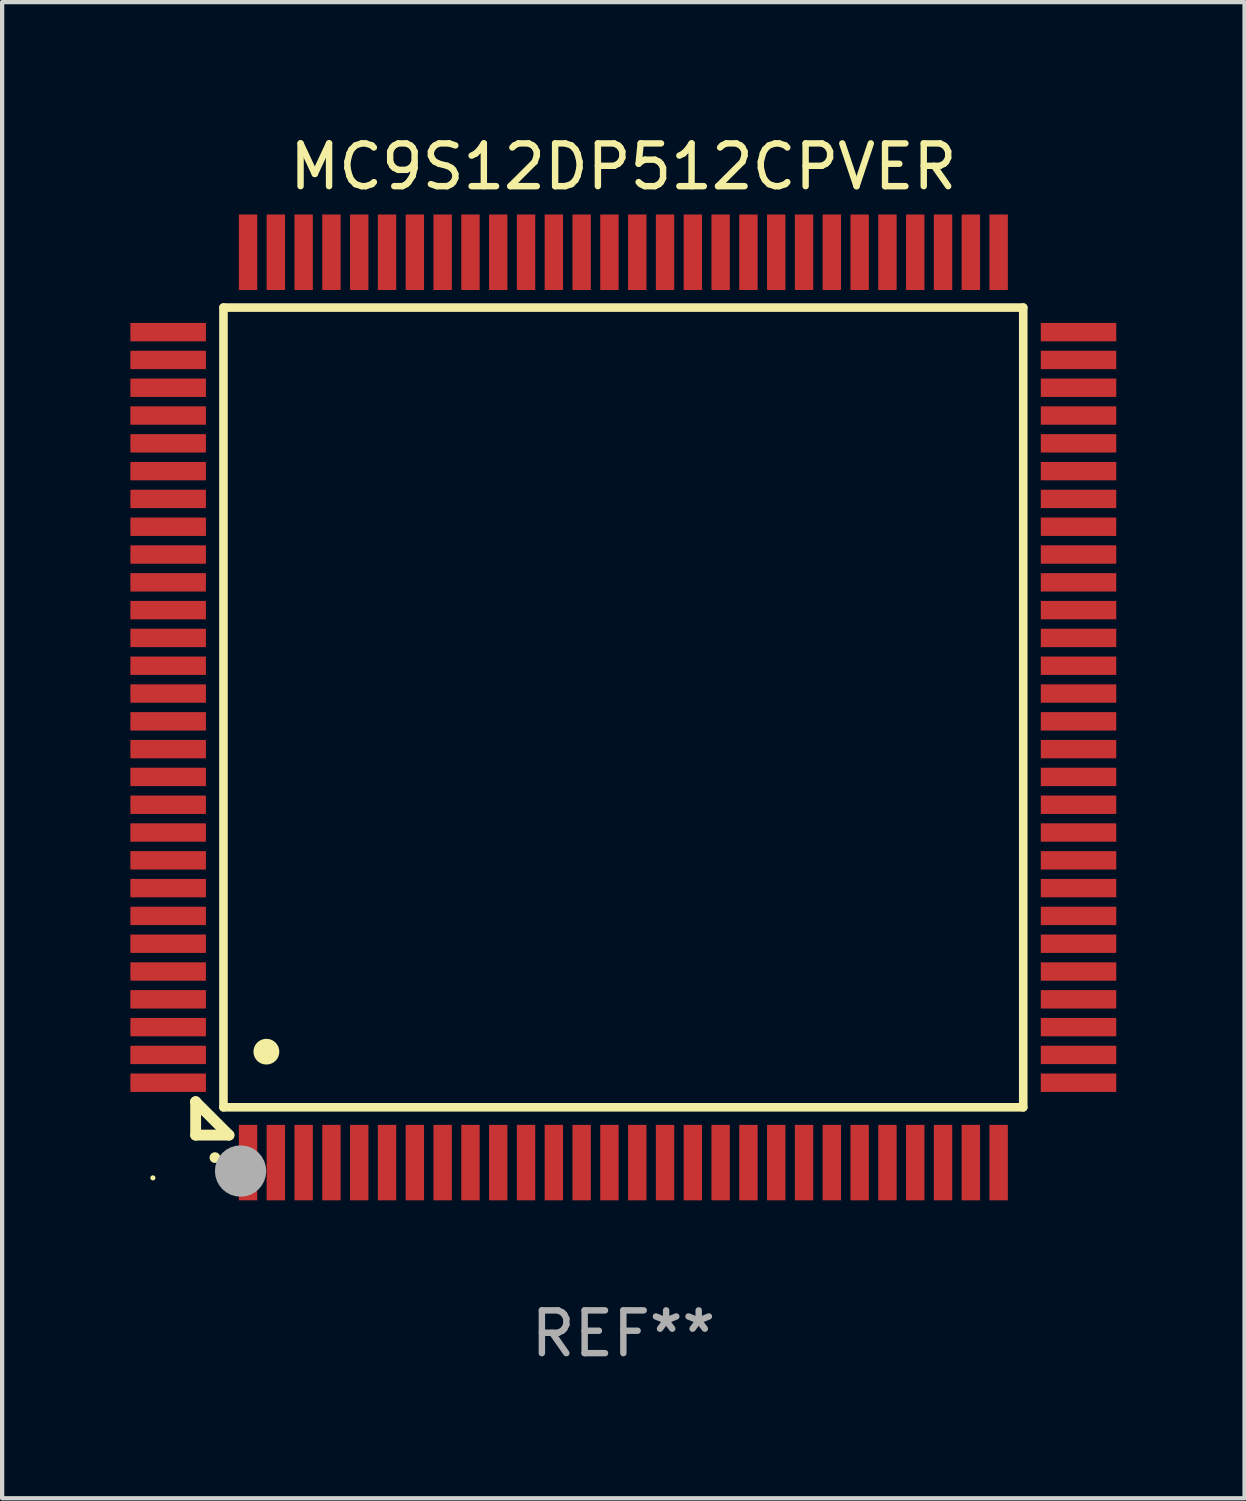
<source format=kicad_pcb>
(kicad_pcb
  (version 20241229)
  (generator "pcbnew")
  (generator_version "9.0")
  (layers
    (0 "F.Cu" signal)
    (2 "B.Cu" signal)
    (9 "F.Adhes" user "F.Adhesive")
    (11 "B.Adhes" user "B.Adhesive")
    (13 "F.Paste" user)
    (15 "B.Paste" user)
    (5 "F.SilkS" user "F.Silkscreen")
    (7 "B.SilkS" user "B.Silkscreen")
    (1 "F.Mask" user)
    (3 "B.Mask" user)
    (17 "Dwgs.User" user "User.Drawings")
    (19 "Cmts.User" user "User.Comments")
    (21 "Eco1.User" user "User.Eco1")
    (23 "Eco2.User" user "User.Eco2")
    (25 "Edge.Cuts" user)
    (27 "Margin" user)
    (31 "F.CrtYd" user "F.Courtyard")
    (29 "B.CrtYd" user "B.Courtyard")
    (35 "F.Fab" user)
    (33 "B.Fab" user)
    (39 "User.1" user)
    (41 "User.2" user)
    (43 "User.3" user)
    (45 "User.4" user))
  (footprint "MC9S12DP512CPVER"
    (layer "F.Cu")
    (at 11.525 13.491)
    (property "Reference" "MC9S12DP512CPVER" (at 0 -12.643 0) (layer "F.SilkS") (effects (font (size 1 1) (thickness 0.15))))
    (attr through_hole)
    (fp_line (start -10 9.221) (end -10 9.221) (stroke (width 0.254) (type solid)) (layer "F.SilkS"))
    (fp_line (start -10 9.221) (end -10 10) (stroke (width 0.254) (type solid)) (layer "F.SilkS"))
    (fp_line (start -10 9.221) (end -9.221 10) (stroke (width 0.254) (type solid)) (layer "F.SilkS"))
    (fp_line (start -10 10) (end -9.221 10) (stroke (width 0.254) (type solid)) (layer "F.SilkS"))
    (fp_line (start -9.35 -9.35) (end -9.35 9.35) (stroke (width 0.201) (type solid)) (layer "F.SilkS"))
    (fp_line (start -9.35 9.35) (end 9.35 9.35) (stroke (width 0.201) (type solid)) (layer "F.SilkS"))
    (fp_line (start 9.35 -9.35) (end -9.35 -9.35) (stroke (width 0.201) (type solid)) (layer "F.SilkS"))
    (fp_line (start 9.35 9.35) (end 9.35 -9.35) (stroke (width 0.201) (type solid)) (layer "F.SilkS"))
    (fp_arc (start -9.550546 10.525832) (mid -9.549276 10.525826) (end -9.548006 10.525832) (stroke (width 0.24892) (type solid)) (layer "F.SilkS"))
    (fp_arc (start -8.349124 8.049327) (mid -8.346584 8.049316) (end -8.344044 8.049327) (stroke (width 0.599441) (type solid)) (layer "F.SilkS"))
    (fp_circle (center -11 11) (end -10.97 11) (stroke (width 0.06) (type solid)) (fill no) (layer "F.SilkS"))
    (fp_circle (center -8.95 10.84) (end -8.65 10.84) (stroke (width 0.6) (type solid)) (fill no) (layer "F.Fab"))
    (fp_text user "REF**" (at 0 14.643 0) (layer "F.Fab") (effects (font (size 1 1) (thickness 0.15))))
    (pad "1" smd rect (at -8.775 10.643) (size 0.43 1.765) (layers "F.Cu" "F.Mask" "F.Paste"))
    (pad "2" smd rect (at -8.125 10.643) (size 0.43 1.765) (layers "F.Cu" "F.Mask" "F.Paste"))
    (pad "3" smd rect (at -7.475 10.643) (size 0.43 1.765) (layers "F.Cu" "F.Mask" "F.Paste"))
    (pad "4" smd rect (at -6.825 10.643) (size 0.43 1.765) (layers "F.Cu" "F.Mask" "F.Paste"))
    (pad "5" smd rect (at -6.175 10.643) (size 0.43 1.765) (layers "F.Cu" "F.Mask" "F.Paste"))
    (pad "6" smd rect (at -5.525 10.643) (size 0.43 1.765) (layers "F.Cu" "F.Mask" "F.Paste"))
    (pad "7" smd rect (at -4.875 10.643) (size 0.43 1.765) (layers "F.Cu" "F.Mask" "F.Paste"))
    (pad "8" smd rect (at -4.225 10.643) (size 0.43 1.765) (layers "F.Cu" "F.Mask" "F.Paste"))
    (pad "9" smd rect (at -3.575 10.643) (size 0.43 1.765) (layers "F.Cu" "F.Mask" "F.Paste"))
    (pad "10" smd rect (at -2.925 10.643) (size 0.43 1.765) (layers "F.Cu" "F.Mask" "F.Paste"))
    (pad "11" smd rect (at -2.275 10.643) (size 0.43 1.765) (layers "F.Cu" "F.Mask" "F.Paste"))
    (pad "12" smd rect (at -1.625 10.643) (size 0.43 1.765) (layers "F.Cu" "F.Mask" "F.Paste"))
    (pad "13" smd rect (at -0.975 10.643) (size 0.43 1.765) (layers "F.Cu" "F.Mask" "F.Paste"))
    (pad "14" smd rect (at -0.325 10.643) (size 0.43 1.765) (layers "F.Cu" "F.Mask" "F.Paste"))
    (pad "15" smd rect (at 0.325 10.643) (size 0.43 1.765) (layers "F.Cu" "F.Mask" "F.Paste"))
    (pad "16" smd rect (at 0.975 10.643) (size 0.43 1.765) (layers "F.Cu" "F.Mask" "F.Paste"))
    (pad "17" smd rect (at 1.625 10.643) (size 0.43 1.765) (layers "F.Cu" "F.Mask" "F.Paste"))
    (pad "18" smd rect (at 2.275 10.643) (size 0.43 1.765) (layers "F.Cu" "F.Mask" "F.Paste"))
    (pad "19" smd rect (at 2.925 10.643) (size 0.43 1.765) (layers "F.Cu" "F.Mask" "F.Paste"))
    (pad "20" smd rect (at 3.575 10.643) (size 0.43 1.765) (layers "F.Cu" "F.Mask" "F.Paste"))
    (pad "21" smd rect (at 4.225 10.643) (size 0.43 1.765) (layers "F.Cu" "F.Mask" "F.Paste"))
    (pad "22" smd rect (at 4.875 10.643) (size 0.43 1.765) (layers "F.Cu" "F.Mask" "F.Paste"))
    (pad "23" smd rect (at 5.525 10.643) (size 0.43 1.765) (layers "F.Cu" "F.Mask" "F.Paste"))
    (pad "24" smd rect (at 6.175 10.643) (size 0.43 1.765) (layers "F.Cu" "F.Mask" "F.Paste"))
    (pad "25" smd rect (at 6.825 10.643) (size 0.43 1.765) (layers "F.Cu" "F.Mask" "F.Paste"))
    (pad "26" smd rect (at 7.475 10.643) (size 0.43 1.765) (layers "F.Cu" "F.Mask" "F.Paste"))
    (pad "27" smd rect (at 8.125 10.643) (size 0.43 1.765) (layers "F.Cu" "F.Mask" "F.Paste"))
    (pad "28" smd rect (at 8.775 10.643) (size 0.43 1.765) (layers "F.Cu" "F.Mask" "F.Paste"))
    (pad "29" smd rect (at 10.643 8.775) (size 1.765 0.43) (layers "F.Cu" "F.Mask" "F.Paste"))
    (pad "30" smd rect (at 10.643 8.125) (size 1.765 0.43) (layers "F.Cu" "F.Mask" "F.Paste"))
    (pad "31" smd rect (at 10.643 7.475) (size 1.765 0.43) (layers "F.Cu" "F.Mask" "F.Paste"))
    (pad "32" smd rect (at 10.643 6.825) (size 1.765 0.43) (layers "F.Cu" "F.Mask" "F.Paste"))
    (pad "33" smd rect (at 10.643 6.175) (size 1.765 0.43) (layers "F.Cu" "F.Mask" "F.Paste"))
    (pad "34" smd rect (at 10.643 5.525) (size 1.765 0.43) (layers "F.Cu" "F.Mask" "F.Paste"))
    (pad "35" smd rect (at 10.643 4.875) (size 1.765 0.43) (layers "F.Cu" "F.Mask" "F.Paste"))
    (pad "36" smd rect (at 10.643 4.225) (size 1.765 0.43) (layers "F.Cu" "F.Mask" "F.Paste"))
    (pad "37" smd rect (at 10.643 3.575) (size 1.765 0.43) (layers "F.Cu" "F.Mask" "F.Paste"))
    (pad "38" smd rect (at 10.643 2.925) (size 1.765 0.43) (layers "F.Cu" "F.Mask" "F.Paste"))
    (pad "39" smd rect (at 10.643 2.275) (size 1.765 0.43) (layers "F.Cu" "F.Mask" "F.Paste"))
    (pad "40" smd rect (at 10.643 1.625) (size 1.765 0.43) (layers "F.Cu" "F.Mask" "F.Paste"))
    (pad "41" smd rect (at 10.643 0.975) (size 1.765 0.43) (layers "F.Cu" "F.Mask" "F.Paste"))
    (pad "42" smd rect (at 10.643 0.325) (size 1.765 0.43) (layers "F.Cu" "F.Mask" "F.Paste"))
    (pad "43" smd rect (at 10.643 -0.325) (size 1.765 0.43) (layers "F.Cu" "F.Mask" "F.Paste"))
    (pad "44" smd rect (at 10.643 -0.975) (size 1.765 0.43) (layers "F.Cu" "F.Mask" "F.Paste"))
    (pad "45" smd rect (at 10.643 -1.625) (size 1.765 0.43) (layers "F.Cu" "F.Mask" "F.Paste"))
    (pad "46" smd rect (at 10.643 -2.275) (size 1.765 0.43) (layers "F.Cu" "F.Mask" "F.Paste"))
    (pad "47" smd rect (at 10.643 -2.925) (size 1.765 0.43) (layers "F.Cu" "F.Mask" "F.Paste"))
    (pad "48" smd rect (at 10.643 -3.575) (size 1.765 0.43) (layers "F.Cu" "F.Mask" "F.Paste"))
    (pad "49" smd rect (at 10.643 -4.225) (size 1.765 0.43) (layers "F.Cu" "F.Mask" "F.Paste"))
    (pad "50" smd rect (at 10.643 -4.875) (size 1.765 0.43) (layers "F.Cu" "F.Mask" "F.Paste"))
    (pad "51" smd rect (at 10.643 -5.525) (size 1.765 0.43) (layers "F.Cu" "F.Mask" "F.Paste"))
    (pad "52" smd rect (at 10.643 -6.175) (size 1.765 0.43) (layers "F.Cu" "F.Mask" "F.Paste"))
    (pad "53" smd rect (at 10.643 -6.825) (size 1.765 0.43) (layers "F.Cu" "F.Mask" "F.Paste"))
    (pad "54" smd rect (at 10.643 -7.475) (size 1.765 0.43) (layers "F.Cu" "F.Mask" "F.Paste"))
    (pad "55" smd rect (at 10.643 -8.125) (size 1.765 0.43) (layers "F.Cu" "F.Mask" "F.Paste"))
    (pad "56" smd rect (at 10.643 -8.775) (size 1.765 0.43) (layers "F.Cu" "F.Mask" "F.Paste"))
    (pad "57" smd rect (at 8.775 -10.643) (size 0.43 1.765) (layers "F.Cu" "F.Mask" "F.Paste"))
    (pad "58" smd rect (at 8.125 -10.643) (size 0.43 1.765) (layers "F.Cu" "F.Mask" "F.Paste"))
    (pad "59" smd rect (at 7.475 -10.643) (size 0.43 1.765) (layers "F.Cu" "F.Mask" "F.Paste"))
    (pad "60" smd rect (at 6.825 -10.643) (size 0.43 1.765) (layers "F.Cu" "F.Mask" "F.Paste"))
    (pad "61" smd rect (at 6.175 -10.643) (size 0.43 1.765) (layers "F.Cu" "F.Mask" "F.Paste"))
    (pad "62" smd rect (at 5.525 -10.643) (size 0.43 1.765) (layers "F.Cu" "F.Mask" "F.Paste"))
    (pad "63" smd rect (at 4.875 -10.643) (size 0.43 1.765) (layers "F.Cu" "F.Mask" "F.Paste"))
    (pad "64" smd rect (at 4.225 -10.643) (size 0.43 1.765) (layers "F.Cu" "F.Mask" "F.Paste"))
    (pad "65" smd rect (at 3.575 -10.643) (size 0.43 1.765) (layers "F.Cu" "F.Mask" "F.Paste"))
    (pad "66" smd rect (at 2.925 -10.643) (size 0.43 1.765) (layers "F.Cu" "F.Mask" "F.Paste"))
    (pad "67" smd rect (at 2.275 -10.643) (size 0.43 1.765) (layers "F.Cu" "F.Mask" "F.Paste"))
    (pad "68" smd rect (at 1.625 -10.643) (size 0.43 1.765) (layers "F.Cu" "F.Mask" "F.Paste"))
    (pad "69" smd rect (at 0.975 -10.643) (size 0.43 1.765) (layers "F.Cu" "F.Mask" "F.Paste"))
    (pad "70" smd rect (at 0.325 -10.643) (size 0.43 1.765) (layers "F.Cu" "F.Mask" "F.Paste"))
    (pad "71" smd rect (at -0.325 -10.643) (size 0.43 1.765) (layers "F.Cu" "F.Mask" "F.Paste"))
    (pad "72" smd rect (at -0.975 -10.643) (size 0.43 1.765) (layers "F.Cu" "F.Mask" "F.Paste"))
    (pad "73" smd rect (at -1.625 -10.643) (size 0.43 1.765) (layers "F.Cu" "F.Mask" "F.Paste"))
    (pad "74" smd rect (at -2.275 -10.643) (size 0.43 1.765) (layers "F.Cu" "F.Mask" "F.Paste"))
    (pad "75" smd rect (at -2.925 -10.643) (size 0.43 1.765) (layers "F.Cu" "F.Mask" "F.Paste"))
    (pad "76" smd rect (at -3.575 -10.643) (size 0.43 1.765) (layers "F.Cu" "F.Mask" "F.Paste"))
    (pad "77" smd rect (at -4.225 -10.643) (size 0.43 1.765) (layers "F.Cu" "F.Mask" "F.Paste"))
    (pad "78" smd rect (at -4.875 -10.643) (size 0.43 1.765) (layers "F.Cu" "F.Mask" "F.Paste"))
    (pad "79" smd rect (at -5.525 -10.643) (size 0.43 1.765) (layers "F.Cu" "F.Mask" "F.Paste"))
    (pad "80" smd rect (at -6.175 -10.643) (size 0.43 1.765) (layers "F.Cu" "F.Mask" "F.Paste"))
    (pad "81" smd rect (at -6.825 -10.643) (size 0.43 1.765) (layers "F.Cu" "F.Mask" "F.Paste"))
    (pad "82" smd rect (at -7.475 -10.643) (size 0.43 1.765) (layers "F.Cu" "F.Mask" "F.Paste"))
    (pad "83" smd rect (at -8.125 -10.643) (size 0.43 1.765) (layers "F.Cu" "F.Mask" "F.Paste"))
    (pad "84" smd rect (at -8.775 -10.643) (size 0.43 1.765) (layers "F.Cu" "F.Mask" "F.Paste"))
    (pad "85" smd rect (at -10.643 -8.775) (size 1.765 0.43) (layers "F.Cu" "F.Mask" "F.Paste"))
    (pad "86" smd rect (at -10.643 -8.125) (size 1.765 0.43) (layers "F.Cu" "F.Mask" "F.Paste"))
    (pad "87" smd rect (at -10.643 -7.475) (size 1.765 0.43) (layers "F.Cu" "F.Mask" "F.Paste"))
    (pad "88" smd rect (at -10.643 -6.825) (size 1.765 0.43) (layers "F.Cu" "F.Mask" "F.Paste"))
    (pad "89" smd rect (at -10.643 -6.175) (size 1.765 0.43) (layers "F.Cu" "F.Mask" "F.Paste"))
    (pad "90" smd rect (at -10.643 -5.525) (size 1.765 0.43) (layers "F.Cu" "F.Mask" "F.Paste"))
    (pad "91" smd rect (at -10.643 -4.875) (size 1.765 0.43) (layers "F.Cu" "F.Mask" "F.Paste"))
    (pad "92" smd rect (at -10.643 -4.225) (size 1.765 0.43) (layers "F.Cu" "F.Mask" "F.Paste"))
    (pad "93" smd rect (at -10.643 -3.575) (size 1.765 0.43) (layers "F.Cu" "F.Mask" "F.Paste"))
    (pad "94" smd rect (at -10.643 -2.925) (size 1.765 0.43) (layers "F.Cu" "F.Mask" "F.Paste"))
    (pad "95" smd rect (at -10.643 -2.275) (size 1.765 0.43) (layers "F.Cu" "F.Mask" "F.Paste"))
    (pad "96" smd rect (at -10.643 -1.625) (size 1.765 0.43) (layers "F.Cu" "F.Mask" "F.Paste"))
    (pad "97" smd rect (at -10.643 -0.975) (size 1.765 0.43) (layers "F.Cu" "F.Mask" "F.Paste"))
    (pad "98" smd rect (at -10.643 -0.325) (size 1.765 0.43) (layers "F.Cu" "F.Mask" "F.Paste"))
    (pad "99" smd rect (at -10.643 0.325) (size 1.765 0.43) (layers "F.Cu" "F.Mask" "F.Paste"))
    (pad "100" smd rect (at -10.643 0.975) (size 1.765 0.43) (layers "F.Cu" "F.Mask" "F.Paste"))
    (pad "101" smd rect (at -10.643 1.625) (size 1.765 0.43) (layers "F.Cu" "F.Mask" "F.Paste"))
    (pad "102" smd rect (at -10.643 2.275) (size 1.765 0.43) (layers "F.Cu" "F.Mask" "F.Paste"))
    (pad "103" smd rect (at -10.643 2.925) (size 1.765 0.43) (layers "F.Cu" "F.Mask" "F.Paste"))
    (pad "104" smd rect (at -10.643 3.575) (size 1.765 0.43) (layers "F.Cu" "F.Mask" "F.Paste"))
    (pad "105" smd rect (at -10.643 4.225) (size 1.765 0.43) (layers "F.Cu" "F.Mask" "F.Paste"))
    (pad "106" smd rect (at -10.643 4.875) (size 1.765 0.43) (layers "F.Cu" "F.Mask" "F.Paste"))
    (pad "107" smd rect (at -10.643 5.525) (size 1.765 0.43) (layers "F.Cu" "F.Mask" "F.Paste"))
    (pad "108" smd rect (at -10.643 6.175) (size 1.765 0.43) (layers "F.Cu" "F.Mask" "F.Paste"))
    (pad "109" smd rect (at -10.643 6.825) (size 1.765 0.43) (layers "F.Cu" "F.Mask" "F.Paste"))
    (pad "110" smd rect (at -10.643 7.475) (size 1.765 0.43) (layers "F.Cu" "F.Mask" "F.Paste"))
    (pad "111" smd rect (at -10.643 8.125) (size 1.765 0.43) (layers "F.Cu" "F.Mask" "F.Paste"))
    (pad "112" smd rect (at -10.643 8.775) (size 1.765 0.43) (layers "F.Cu" "F.Mask" "F.Paste")))
  (gr_rect
    (start -3 -3)
    (end 26.05 31.982)
    (stroke (width 0.1) (type default))
    (fill no)
    (layer "Edge.Cuts")))
</source>
